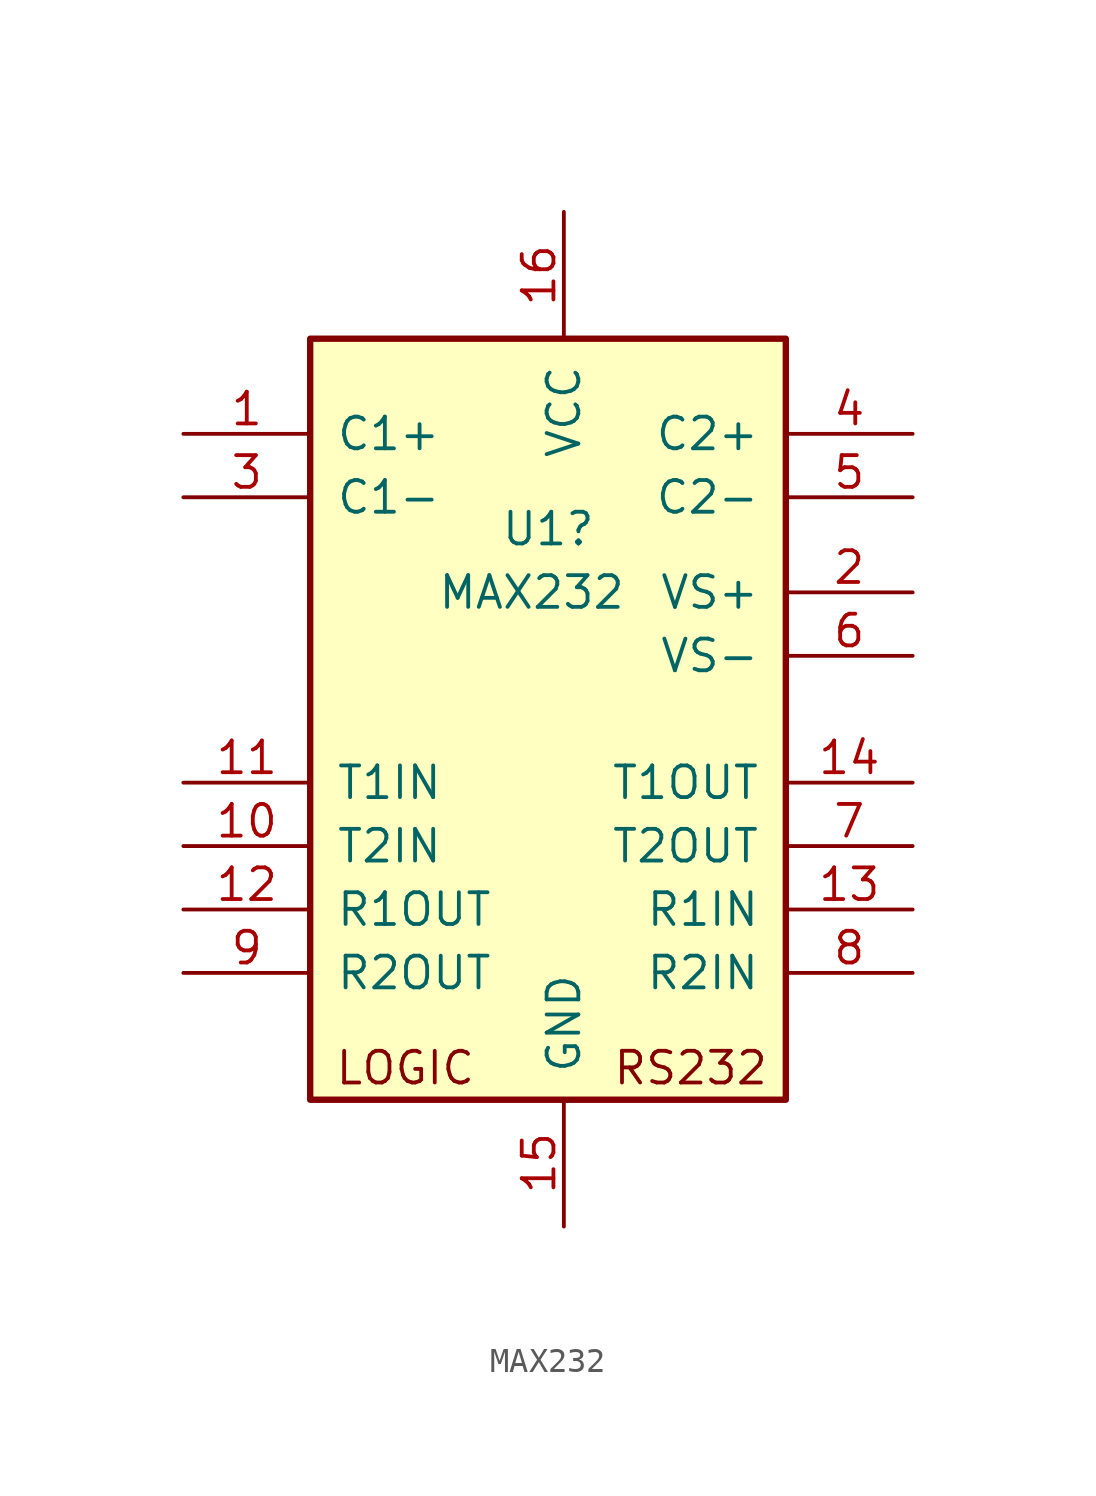
<source format=kicad_sym>
(kicad_symbol_lib
  (version 20211014)
  (generator kicad_symbol_editor)
  (symbol "MAX232"
    (pin_names
      (offset 1.016))
    (property "Reference" "U1"
      (at -2.54 7.62 0)
      (effects (font (size 1.27 1.27)) (justify left)))
    (property "Value" "MAX232"
      (at -5.08 5.08 0)
      (effects (font (size 1.27 1.27)) (justify left)))
    (symbol "MAX232_0_0"
      (text "LOGIC" (at -6.35 -13.97 0) (effects (font (size 1.27 1.27))))
      (text "RS232" (at 5.08 -13.97 0) (effects (font (size 1.27 1.27)))))
    (symbol "MAX232_0_1"
      (rectangle (start -10.16 15.24) (end 8.89 -15.24) (stroke (width 0.254) (type default) (color 0 0 0 0)) (fill (type background))))
    (symbol "MAX232_1_1"
      (pin passive line (at -15.24 11.43 0) (length 5.08) (name "C1+" (effects (font (size 1.27 1.27)))) (number "1" (effects (font (size 1.27 1.27)))))
      (pin input line (at -15.24 -5.08 0) (length 5.08) (name "T2IN" (effects (font (size 1.27 1.27)))) (number "10" (effects (font (size 1.27 1.27)))))
      (pin input line (at -15.24 -2.54 0) (length 5.08) (name "T1IN" (effects (font (size 1.27 1.27)))) (number "11" (effects (font (size 1.27 1.27)))))
      (pin output line (at -15.24 -7.62 0) (length 5.08) (name "R1OUT" (effects (font (size 1.27 1.27)))) (number "12" (effects (font (size 1.27 1.27)))))
      (pin input line (at 13.97 -7.62 180) (length 5.08) (name "R1IN" (effects (font (size 1.27 1.27)))) (number "13" (effects (font (size 1.27 1.27)))))
      (pin output line (at 13.97 -2.54 180) (length 5.08) (name "T1OUT" (effects (font (size 1.27 1.27)))) (number "14" (effects (font (size 1.27 1.27)))))
      (pin power_in line (at 0 -20.32 90) (length 5.08) (name "GND" (effects (font (size 1.27 1.27)))) (number "15" (effects (font (size 1.27 1.27)))))
      (pin power_in line (at 0 20.32 270) (length 5.08) (name "VCC" (effects (font (size 1.27 1.27)))) (number "16" (effects (font (size 1.27 1.27)))))
      (pin power_out line (at 13.97 5.08 180) (length 5.08) (name "VS+" (effects (font (size 1.27 1.27)))) (number "2" (effects (font (size 1.27 1.27)))))
      (pin passive line (at -15.24 8.89 0) (length 5.08) (name "C1-" (effects (font (size 1.27 1.27)))) (number "3" (effects (font (size 1.27 1.27)))))
      (pin passive line (at 13.97 11.43 180) (length 5.08) (name "C2+" (effects (font (size 1.27 1.27)))) (number "4" (effects (font (size 1.27 1.27)))))
      (pin passive line (at 13.97 8.89 180) (length 5.08) (name "C2-" (effects (font (size 1.27 1.27)))) (number "5" (effects (font (size 1.27 1.27)))))
      (pin power_out line (at 13.97 2.54 180) (length 5.08) (name "VS-" (effects (font (size 1.27 1.27)))) (number "6" (effects (font (size 1.27 1.27)))))
      (pin output line (at 13.97 -5.08 180) (length 5.08) (name "T2OUT" (effects (font (size 1.27 1.27)))) (number "7" (effects (font (size 1.27 1.27)))))
      (pin input line (at 13.97 -10.16 180) (length 5.08) (name "R2IN" (effects (font (size 1.27 1.27)))) (number "8" (effects (font (size 1.27 1.27)))))
      (pin output line (at -15.24 -10.16 0) (length 5.08) (name "R2OUT" (effects (font (size 1.27 1.27)))) (number "9" (effects (font (size 1.27 1.27))))))))
</source>
